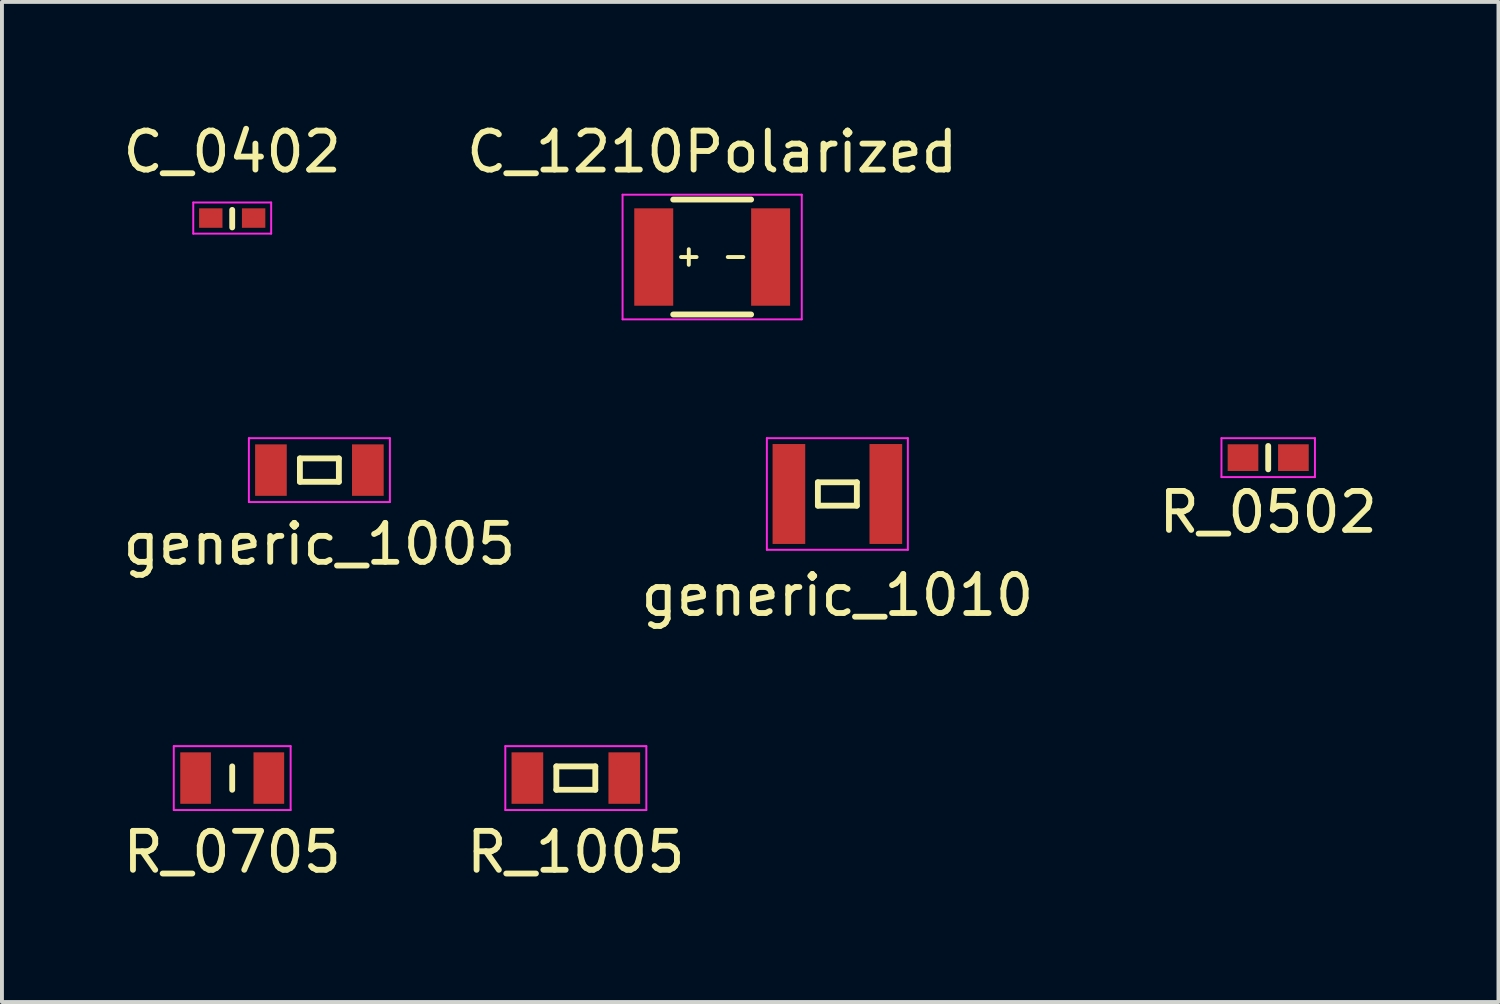
<source format=kicad_pcb>
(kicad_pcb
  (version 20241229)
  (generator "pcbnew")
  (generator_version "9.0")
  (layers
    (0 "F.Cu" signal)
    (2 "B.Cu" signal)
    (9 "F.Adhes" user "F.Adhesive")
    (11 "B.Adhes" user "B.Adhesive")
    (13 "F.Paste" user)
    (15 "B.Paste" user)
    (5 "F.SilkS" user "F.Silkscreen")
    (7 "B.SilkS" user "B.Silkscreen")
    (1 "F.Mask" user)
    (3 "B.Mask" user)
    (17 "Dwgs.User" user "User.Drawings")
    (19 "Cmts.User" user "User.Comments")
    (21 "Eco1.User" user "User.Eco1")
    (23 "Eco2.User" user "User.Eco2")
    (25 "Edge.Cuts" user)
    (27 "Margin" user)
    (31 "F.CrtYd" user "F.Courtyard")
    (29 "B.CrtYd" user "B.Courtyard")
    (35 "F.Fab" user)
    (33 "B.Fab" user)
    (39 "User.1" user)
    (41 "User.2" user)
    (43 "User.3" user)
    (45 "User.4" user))
  (footprint "C_0402"
    (layer "F.Cu")
    (at 2.911 2.548)
    (property "Reference" "C_0402" (at 0 -1.7 0) (layer "F.SilkS") (effects (font (size 1 1) (thickness 0.15))))
    (attr smd)
    (fp_line (start 0 -0.21) (end 0 0.24) (stroke (width 0.15) (type solid)) (layer "F.SilkS"))
    (fp_line (start -1 -0.4) (end -1 0.4) (stroke (width 0.05) (type solid)) (layer "F.CrtYd"))
    (fp_line (start -1 -0.4) (end 1 -0.4) (stroke (width 0.05) (type solid)) (layer "F.CrtYd"))
    (fp_line (start -1 0.4) (end 1 0.4) (stroke (width 0.05) (type solid)) (layer "F.CrtYd"))
    (fp_line (start 1 -0.4) (end 1 0.4) (stroke (width 0.05) (type solid)) (layer "F.CrtYd"))
    (pad "1" smd rect (at -0.55 0) (size 0.6 0.5) (layers "F.Cu" "F.Mask" "F.Paste"))
    (pad "2" smd rect (at 0.55 0) (size 0.6 0.5) (layers "F.Cu" "F.Mask" "F.Paste")))
  (footprint "R_1005"
    (layer "F.Cu")
    (at 11.732 16.924)
    (property "Reference" "R_1005" (at 0 1.9 0) (layer "F.SilkS") (effects (font (size 1 1) (thickness 0.15))))
    (attr smd)
    (fp_line (start -0.5 -0.3) (end -0.5 0.3) (stroke (width 0.15) (type solid)) (layer "F.SilkS"))
    (fp_line (start -0.5 -0.3) (end 0.5 -0.3) (stroke (width 0.15) (type solid)) (layer "F.SilkS"))
    (fp_line (start -0.5 0.3) (end 0.5 0.3) (stroke (width 0.15) (type solid)) (layer "F.SilkS"))
    (fp_line (start 0.5 -0.3) (end 0.5 0.3) (stroke (width 0.15) (type solid)) (layer "F.SilkS"))
    (fp_line (start -1.81 -0.82) (end -1.81 0.82) (stroke (width 0.05) (type solid)) (layer "F.CrtYd"))
    (fp_line (start -1.81 -0.82) (end 1.81 -0.82) (stroke (width 0.05) (type solid)) (layer "F.CrtYd"))
    (fp_line (start -1.81 0.82) (end 1.81 0.82) (stroke (width 0.05) (type solid)) (layer "F.CrtYd"))
    (fp_line (start 1.81 -0.82) (end 1.81 0.82) (stroke (width 0.05) (type solid)) (layer "F.CrtYd"))
    (pad "1" smd rect (at -1.244 0) (size 0.813 1.321) (layers "F.Cu" "F.Mask" "F.Paste"))
    (pad "2" smd rect (at 1.244 0) (size 0.813 1.321) (layers "F.Cu" "F.Mask" "F.Paste")))
  (footprint "generic_1005"
    (layer "F.Cu")
    (at 5.149 9.018)
    (property "Reference" "generic_1005" (at 0 1.9 0) (layer "F.SilkS") (effects (font (size 1 1) (thickness 0.15))))
    (attr smd)
    (fp_line (start -0.5 -0.3) (end -0.5 0.3) (stroke (width 0.15) (type solid)) (layer "F.SilkS"))
    (fp_line (start -0.5 -0.3) (end 0.5 -0.3) (stroke (width 0.15) (type solid)) (layer "F.SilkS"))
    (fp_line (start -0.5 0.3) (end 0.5 0.3) (stroke (width 0.15) (type solid)) (layer "F.SilkS"))
    (fp_line (start 0.5 -0.3) (end 0.5 0.3) (stroke (width 0.15) (type solid)) (layer "F.SilkS"))
    (fp_line (start -1.81 -0.82) (end -1.81 0.82) (stroke (width 0.05) (type solid)) (layer "F.CrtYd"))
    (fp_line (start -1.81 -0.82) (end 1.81 -0.82) (stroke (width 0.05) (type solid)) (layer "F.CrtYd"))
    (fp_line (start -1.81 0.82) (end 1.81 0.82) (stroke (width 0.05) (type solid)) (layer "F.CrtYd"))
    (fp_line (start 1.81 -0.82) (end 1.81 0.82) (stroke (width 0.05) (type solid)) (layer "F.CrtYd"))
    (pad "1" smd rect (at -1.244 0) (size 0.813 1.321) (layers "F.Cu" "F.Mask" "F.Paste"))
    (pad "2" smd rect (at 1.244 0) (size 0.813 1.321) (layers "F.Cu" "F.Mask" "F.Paste")))
  (footprint "C_1210Polarized"
    (layer "F.Cu")
    (at 15.232 3.548)
    (property "Reference" "C_1210Polarized" (at 0 -2.7 0) (layer "F.SilkS") (effects (font (size 1 1) (thickness 0.15))))
    (attr smd)
    (fp_line (start -1 1.475) (end 1 1.475) (stroke (width 0.15) (type solid)) (layer "F.SilkS"))
    (fp_line (start -0.8 0) (end -0.4 0) (stroke (width 0.1) (type solid)) (layer "F.SilkS"))
    (fp_line (start -0.6 -0.2) (end -0.6 0.2) (stroke (width 0.1) (type solid)) (layer "F.SilkS"))
    (fp_line (start 0.4 0) (end 0.8 0) (stroke (width 0.1) (type solid)) (layer "F.SilkS"))
    (fp_line (start 1 -1.475) (end -1 -1.475) (stroke (width 0.15) (type solid)) (layer "F.SilkS"))
    (fp_line (start -2.3 -1.6) (end -2.3 1.6) (stroke (width 0.05) (type solid)) (layer "F.CrtYd"))
    (fp_line (start -2.3 -1.6) (end 2.3 -1.6) (stroke (width 0.05) (type solid)) (layer "F.CrtYd"))
    (fp_line (start -2.3 1.6) (end 2.3 1.6) (stroke (width 0.05) (type solid)) (layer "F.CrtYd"))
    (fp_line (start 2.3 -1.6) (end 2.3 1.6) (stroke (width 0.05) (type solid)) (layer "F.CrtYd"))
    (pad "1" smd rect (at -1.5 0) (size 1 2.5) (layers "F.Cu" "F.Mask" "F.Paste"))
    (pad "2" smd rect (at 1.5 0) (size 1 2.5) (layers "F.Cu" "F.Mask" "F.Paste")))
  (footprint "generic_1010"
    (layer "F.Cu")
    (at 18.446 9.631)
    (property "Reference" "generic_1010" (at 0 2.6 0) (layer "F.SilkS") (effects (font (size 1 1) (thickness 0.15))))
    (attr smd)
    (fp_line (start -0.5 -0.3) (end -0.5 0.3) (stroke (width 0.15) (type solid)) (layer "F.SilkS"))
    (fp_line (start -0.5 -0.3) (end 0.5 -0.3) (stroke (width 0.15) (type solid)) (layer "F.SilkS"))
    (fp_line (start -0.5 0.3) (end 0.5 0.3) (stroke (width 0.15) (type solid)) (layer "F.SilkS"))
    (fp_line (start 0.5 -0.3) (end 0.5 0.3) (stroke (width 0.15) (type solid)) (layer "F.SilkS"))
    (fp_line (start -1.81 -1.433) (end -1.81 1.433) (stroke (width 0.05) (type solid)) (layer "F.CrtYd"))
    (fp_line (start -1.81 -1.433) (end 1.81 -1.433) (stroke (width 0.05) (type solid)) (layer "F.CrtYd"))
    (fp_line (start -1.81 1.433) (end 1.81 1.433) (stroke (width 0.05) (type solid)) (layer "F.CrtYd"))
    (fp_line (start 1.81 -1.433) (end 1.81 1.433) (stroke (width 0.05) (type solid)) (layer "F.CrtYd"))
    (pad "1" smd rect (at -1.244 0) (size 0.838 2.565) (layers "F.Cu" "F.Mask" "F.Paste"))
    (pad "2" smd rect (at 1.244 0) (size 0.838 2.565) (layers "F.Cu" "F.Mask" "F.Paste")))
  (footprint "R_0502"
    (layer "F.Cu")
    (at 29.506 8.698)
    (property "Reference" "R_0502" (at 0 1.4 0) (layer "F.SilkS") (effects (font (size 1 1) (thickness 0.15))))
    (attr through_hole)
    (fp_line (start 0 -0.3) (end 0 0.3) (stroke (width 0.15) (type solid)) (layer "F.SilkS"))
    (fp_line (start -1.2 -0.5) (end -1.2 0.5) (stroke (width 0.05) (type solid)) (layer "F.CrtYd"))
    (fp_line (start -1.2 -0.5) (end 1.2 -0.5) (stroke (width 0.05) (type solid)) (layer "F.CrtYd"))
    (fp_line (start -1.2 0.5) (end 1.2 0.5) (stroke (width 0.05) (type solid)) (layer "F.CrtYd"))
    (fp_line (start 1.2 -0.5) (end 1.2 0.5) (stroke (width 0.05) (type solid)) (layer "F.CrtYd"))
    (pad "1" smd rect (at -0.647 0) (size 0.787 0.686) (layers "F.Cu" "F.Mask" "F.Paste"))
    (pad "2" smd rect (at 0.647 0) (size 0.787 0.686) (layers "F.Cu" "F.Mask" "F.Paste")))
  (footprint "R_0705"
    (layer "F.Cu")
    (at 2.911 16.924)
    (property "Reference" "R_0705" (at 0 1.9 0) (layer "F.SilkS") (effects (font (size 1 1) (thickness 0.15))))
    (attr through_hole)
    (fp_line (start 0 -0.3) (end 0 0.3) (stroke (width 0.15) (type solid)) (layer "F.SilkS"))
    (fp_line (start -1.5 -0.82) (end -1.5 0.82) (stroke (width 0.05) (type solid)) (layer "F.CrtYd"))
    (fp_line (start -1.5 -0.82) (end 1.5 -0.82) (stroke (width 0.05) (type solid)) (layer "F.CrtYd"))
    (fp_line (start -1.5 0.82) (end 1.5 0.82) (stroke (width 0.05) (type solid)) (layer "F.CrtYd"))
    (fp_line (start 1.5 -0.82) (end 1.5 0.82) (stroke (width 0.05) (type solid)) (layer "F.CrtYd"))
    (pad "1" smd rect (at -0.94 0) (size 0.787 1.321) (layers "F.Cu" "F.Mask" "F.Paste"))
    (pad "2" smd rect (at 0.94 0) (size 0.787 1.321) (layers "F.Cu" "F.Mask" "F.Paste")))
  (gr_rect
    (start -3 -3)
    (end 35.417 22.673)
    (stroke (width 0.1) (type default))
    (fill no)
    (layer "Edge.Cuts")))
</source>
